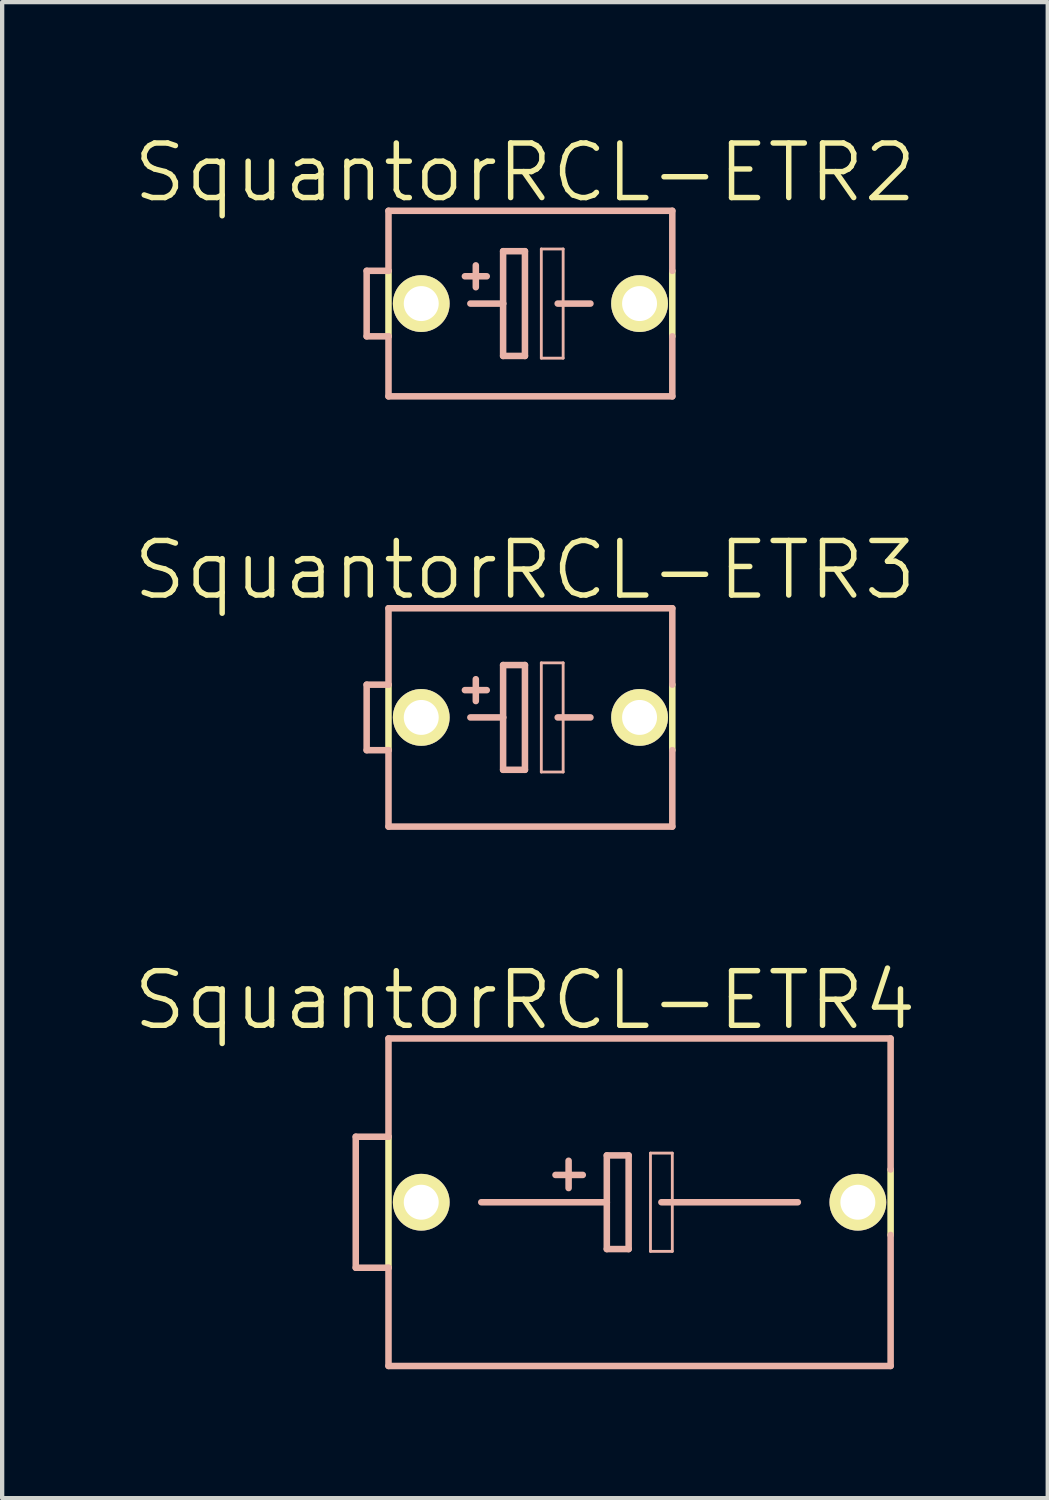
<source format=kicad_pcb>
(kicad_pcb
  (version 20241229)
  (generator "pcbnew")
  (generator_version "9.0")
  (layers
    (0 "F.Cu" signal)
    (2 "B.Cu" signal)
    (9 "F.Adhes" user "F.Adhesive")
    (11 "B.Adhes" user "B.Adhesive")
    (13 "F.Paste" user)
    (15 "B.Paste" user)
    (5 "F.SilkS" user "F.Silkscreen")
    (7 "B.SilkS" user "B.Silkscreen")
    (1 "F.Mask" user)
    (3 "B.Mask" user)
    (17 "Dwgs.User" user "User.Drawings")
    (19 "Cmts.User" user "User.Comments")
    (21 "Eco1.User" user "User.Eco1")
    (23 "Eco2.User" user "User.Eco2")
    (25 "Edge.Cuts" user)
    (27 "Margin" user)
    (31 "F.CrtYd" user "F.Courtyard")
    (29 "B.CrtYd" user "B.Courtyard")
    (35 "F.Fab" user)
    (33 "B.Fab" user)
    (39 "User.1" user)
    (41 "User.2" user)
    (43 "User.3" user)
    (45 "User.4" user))
  (footprint "SquantorRCL-ETR2"
    (layer "F.Cu")
    (at 9.292 4.014)
    (property "Reference" "SquantorRCL-ETR2" (at -0.127 -3.048 0) (layer "F.SilkS") (effects (font (size 1.27 1.27) (thickness 0.127))))
    (attr exclude_from_pos_files exclude_from_bom)
    (fp_line (start -3.302 0.762) (end -3.302 -0.762) (stroke (width 0.152) (type solid)) (layer "F.SilkS"))
    (fp_line (start 3.302 -0.762) (end 3.302 0.762) (stroke (width 0.152) (type solid)) (layer "F.SilkS"))
    (fp_line (start -3.81 -0.762) (end -3.81 0.762) (stroke (width 0.152) (type solid)) (layer "B.SilkS"))
    (fp_line (start -3.81 0.762) (end -3.302 0.762) (stroke (width 0.152) (type solid)) (layer "B.SilkS"))
    (fp_line (start -3.302 -0.762) (end -3.81 -0.762) (stroke (width 0.152) (type solid)) (layer "B.SilkS"))
    (fp_line (start -3.302 -0.762) (end -3.302 -2.159) (stroke (width 0.152) (type solid)) (layer "B.SilkS"))
    (fp_line (start -3.302 2.159) (end -3.302 0.762) (stroke (width 0.152) (type solid)) (layer "B.SilkS"))
    (fp_line (start -3.302 2.159) (end 3.302 2.159) (stroke (width 0.152) (type solid)) (layer "B.SilkS"))
    (fp_line (start -1.524 -0.635) (end -1.016 -0.635) (stroke (width 0.152) (type solid)) (layer "B.SilkS"))
    (fp_line (start -1.397 0) (end -0.635 0) (stroke (width 0.152) (type solid)) (layer "B.SilkS"))
    (fp_line (start -1.27 -0.889) (end -1.27 -0.381) (stroke (width 0.152) (type solid)) (layer "B.SilkS"))
    (fp_line (start -0.635 -1.219) (end -0.635 0) (stroke (width 0.152) (type solid)) (layer "B.SilkS"))
    (fp_line (start -0.635 0) (end -0.635 1.219) (stroke (width 0.152) (type solid)) (layer "B.SilkS"))
    (fp_line (start -0.635 1.219) (end -0.127 1.219) (stroke (width 0.152) (type solid)) (layer "B.SilkS"))
    (fp_line (start -0.127 -1.219) (end -0.635 -1.219) (stroke (width 0.152) (type solid)) (layer "B.SilkS"))
    (fp_line (start -0.127 1.219) (end -0.127 -1.219) (stroke (width 0.152) (type solid)) (layer "B.SilkS"))
    (fp_line (start 0.254 -1.27) (end 0.762 -1.27) (stroke (width 0.066) (type solid)) (layer "B.SilkS"))
    (fp_line (start 0.254 1.27) (end 0.254 -1.27) (stroke (width 0.066) (type solid)) (layer "B.SilkS"))
    (fp_line (start 0.254 1.27) (end 0.762 1.27) (stroke (width 0.066) (type solid)) (layer "B.SilkS"))
    (fp_line (start 0.635 0) (end 1.397 0) (stroke (width 0.152) (type solid)) (layer "B.SilkS"))
    (fp_line (start 0.762 1.27) (end 0.762 -1.27) (stroke (width 0.066) (type solid)) (layer "B.SilkS"))
    (fp_line (start 3.302 -2.159) (end -3.302 -2.159) (stroke (width 0.152) (type solid)) (layer "B.SilkS"))
    (fp_line (start 3.302 -0.762) (end 3.302 -2.159) (stroke (width 0.152) (type solid)) (layer "B.SilkS"))
    (fp_line (start 3.302 2.159) (end 3.302 0.762) (stroke (width 0.152) (type solid)) (layer "B.SilkS"))
    (pad "+" thru_hole circle (at -2.54 0) (size 1.321 1.321) (drill 0.813) (layers "*.Cu" "F.Mask" "F.SilkS" "F.Paste"))
    (pad "-" thru_hole circle (at 2.54 0) (size 1.321 1.321) (drill 0.813) (layers "*.Cu" "F.Mask" "F.SilkS" "F.Paste")))
  (footprint "SquantorRCL-ETR4"
    (layer "F.Cu")
    (at 11.832 24.925)
    (property "Reference" "SquantorRCL-ETR4" (at -2.667 -4.699 0) (layer "F.SilkS") (effects (font (size 1.27 1.27) (thickness 0.127))))
    (attr exclude_from_pos_files exclude_from_bom)
    (fp_line (start -5.842 1.524) (end -5.842 -1.524) (stroke (width 0.152) (type solid)) (layer "F.SilkS"))
    (fp_line (start 5.842 -0.762) (end 5.842 0.762) (stroke (width 0.152) (type solid)) (layer "F.SilkS"))
    (fp_line (start -6.604 -1.524) (end -6.604 1.524) (stroke (width 0.152) (type solid)) (layer "B.SilkS"))
    (fp_line (start -6.604 1.524) (end -5.842 1.524) (stroke (width 0.152) (type solid)) (layer "B.SilkS"))
    (fp_line (start -5.842 -1.524) (end -6.604 -1.524) (stroke (width 0.152) (type solid)) (layer "B.SilkS"))
    (fp_line (start -5.842 -1.524) (end -5.842 -3.81) (stroke (width 0.152) (type solid)) (layer "B.SilkS"))
    (fp_line (start -5.842 3.81) (end -5.842 1.524) (stroke (width 0.152) (type solid)) (layer "B.SilkS"))
    (fp_line (start -5.842 3.81) (end 5.842 3.81) (stroke (width 0.152) (type solid)) (layer "B.SilkS"))
    (fp_line (start -3.683 0) (end -0.762 0) (stroke (width 0.152) (type solid)) (layer "B.SilkS"))
    (fp_line (start -1.651 -0.965) (end -1.651 -0.33) (stroke (width 0.152) (type solid)) (layer "B.SilkS"))
    (fp_line (start -1.321 -0.635) (end -1.956 -0.635) (stroke (width 0.152) (type solid)) (layer "B.SilkS"))
    (fp_line (start -0.762 -1.09) (end -0.762 0) (stroke (width 0.152) (type solid)) (layer "B.SilkS"))
    (fp_line (start -0.762 0) (end -0.762 1.09) (stroke (width 0.152) (type solid)) (layer "B.SilkS"))
    (fp_line (start -0.762 1.09) (end -0.254 1.09) (stroke (width 0.152) (type solid)) (layer "B.SilkS"))
    (fp_line (start -0.254 -1.09) (end -0.762 -1.09) (stroke (width 0.152) (type solid)) (layer "B.SilkS"))
    (fp_line (start -0.254 1.09) (end -0.254 -1.09) (stroke (width 0.152) (type solid)) (layer "B.SilkS"))
    (fp_line (start 0.254 -1.143) (end 0.762 -1.143) (stroke (width 0.066) (type solid)) (layer "B.SilkS"))
    (fp_line (start 0.254 1.143) (end 0.254 -1.143) (stroke (width 0.066) (type solid)) (layer "B.SilkS"))
    (fp_line (start 0.254 1.143) (end 0.762 1.143) (stroke (width 0.066) (type solid)) (layer "B.SilkS"))
    (fp_line (start 0.762 1.143) (end 0.762 -1.143) (stroke (width 0.066) (type solid)) (layer "B.SilkS"))
    (fp_line (start 3.683 0) (end 0.508 0) (stroke (width 0.152) (type solid)) (layer "B.SilkS"))
    (fp_line (start 5.842 -3.81) (end -5.842 -3.81) (stroke (width 0.152) (type solid)) (layer "B.SilkS"))
    (fp_line (start 5.842 -0.762) (end 5.842 -3.81) (stroke (width 0.152) (type solid)) (layer "B.SilkS"))
    (fp_line (start 5.842 3.81) (end 5.842 0.762) (stroke (width 0.152) (type solid)) (layer "B.SilkS"))
    (pad "+" thru_hole circle (at -5.08 0) (size 1.321 1.321) (drill 0.813) (layers "*.Cu" "F.Mask" "F.SilkS" "F.Paste"))
    (pad "-" thru_hole circle (at 5.08 0) (size 1.321 1.321) (drill 0.813) (layers "*.Cu" "F.Mask" "F.SilkS" "F.Paste")))
  (footprint "SquantorRCL-ETR3"
    (layer "F.Cu")
    (at 9.292 13.644)
    (property "Reference" "SquantorRCL-ETR3" (at -0.127 -3.429 0) (layer "F.SilkS") (effects (font (size 1.27 1.27) (thickness 0.127))))
    (attr exclude_from_pos_files exclude_from_bom)
    (fp_line (start -3.302 0.762) (end -3.302 -0.762) (stroke (width 0.152) (type solid)) (layer "F.SilkS"))
    (fp_line (start 3.302 -0.762) (end 3.302 0.762) (stroke (width 0.152) (type solid)) (layer "F.SilkS"))
    (fp_line (start -3.81 -0.762) (end -3.81 0.762) (stroke (width 0.152) (type solid)) (layer "B.SilkS"))
    (fp_line (start -3.81 0.762) (end -3.302 0.762) (stroke (width 0.152) (type solid)) (layer "B.SilkS"))
    (fp_line (start -3.302 -0.762) (end -3.81 -0.762) (stroke (width 0.152) (type solid)) (layer "B.SilkS"))
    (fp_line (start -3.302 -0.762) (end -3.302 -2.54) (stroke (width 0.152) (type solid)) (layer "B.SilkS"))
    (fp_line (start -3.302 2.54) (end -3.302 0.762) (stroke (width 0.152) (type solid)) (layer "B.SilkS"))
    (fp_line (start -3.302 2.54) (end 3.302 2.54) (stroke (width 0.152) (type solid)) (layer "B.SilkS"))
    (fp_line (start -1.524 -0.635) (end -1.016 -0.635) (stroke (width 0.152) (type solid)) (layer "B.SilkS"))
    (fp_line (start -1.397 0) (end -0.635 0) (stroke (width 0.152) (type solid)) (layer "B.SilkS"))
    (fp_line (start -1.27 -0.889) (end -1.27 -0.381) (stroke (width 0.152) (type solid)) (layer "B.SilkS"))
    (fp_line (start -0.635 -1.219) (end -0.635 0) (stroke (width 0.152) (type solid)) (layer "B.SilkS"))
    (fp_line (start -0.635 0) (end -0.635 1.219) (stroke (width 0.152) (type solid)) (layer "B.SilkS"))
    (fp_line (start -0.635 1.219) (end -0.127 1.219) (stroke (width 0.152) (type solid)) (layer "B.SilkS"))
    (fp_line (start -0.127 -1.219) (end -0.635 -1.219) (stroke (width 0.152) (type solid)) (layer "B.SilkS"))
    (fp_line (start -0.127 1.219) (end -0.127 -1.219) (stroke (width 0.152) (type solid)) (layer "B.SilkS"))
    (fp_line (start 0.254 -1.27) (end 0.762 -1.27) (stroke (width 0.066) (type solid)) (layer "B.SilkS"))
    (fp_line (start 0.254 1.27) (end 0.254 -1.27) (stroke (width 0.066) (type solid)) (layer "B.SilkS"))
    (fp_line (start 0.254 1.27) (end 0.762 1.27) (stroke (width 0.066) (type solid)) (layer "B.SilkS"))
    (fp_line (start 0.635 0) (end 1.397 0) (stroke (width 0.152) (type solid)) (layer "B.SilkS"))
    (fp_line (start 0.762 1.27) (end 0.762 -1.27) (stroke (width 0.066) (type solid)) (layer "B.SilkS"))
    (fp_line (start 3.302 -2.54) (end -3.302 -2.54) (stroke (width 0.152) (type solid)) (layer "B.SilkS"))
    (fp_line (start 3.302 -0.762) (end 3.302 -2.54) (stroke (width 0.152) (type solid)) (layer "B.SilkS"))
    (fp_line (start 3.302 2.54) (end 3.302 0.762) (stroke (width 0.152) (type solid)) (layer "B.SilkS"))
    (pad "+" thru_hole circle (at -2.54 0) (size 1.321 1.321) (drill 0.813) (layers "*.Cu" "F.Mask" "F.SilkS" "F.Paste"))
    (pad "-" thru_hole circle (at 2.54 0) (size 1.321 1.321) (drill 0.813) (layers "*.Cu" "F.Mask" "F.SilkS" "F.Paste")))
  (gr_rect
    (start -3 -3)
    (end 21.33 31.811)
    (stroke (width 0.1) (type default))
    (fill no)
    (layer "Edge.Cuts")))
</source>
